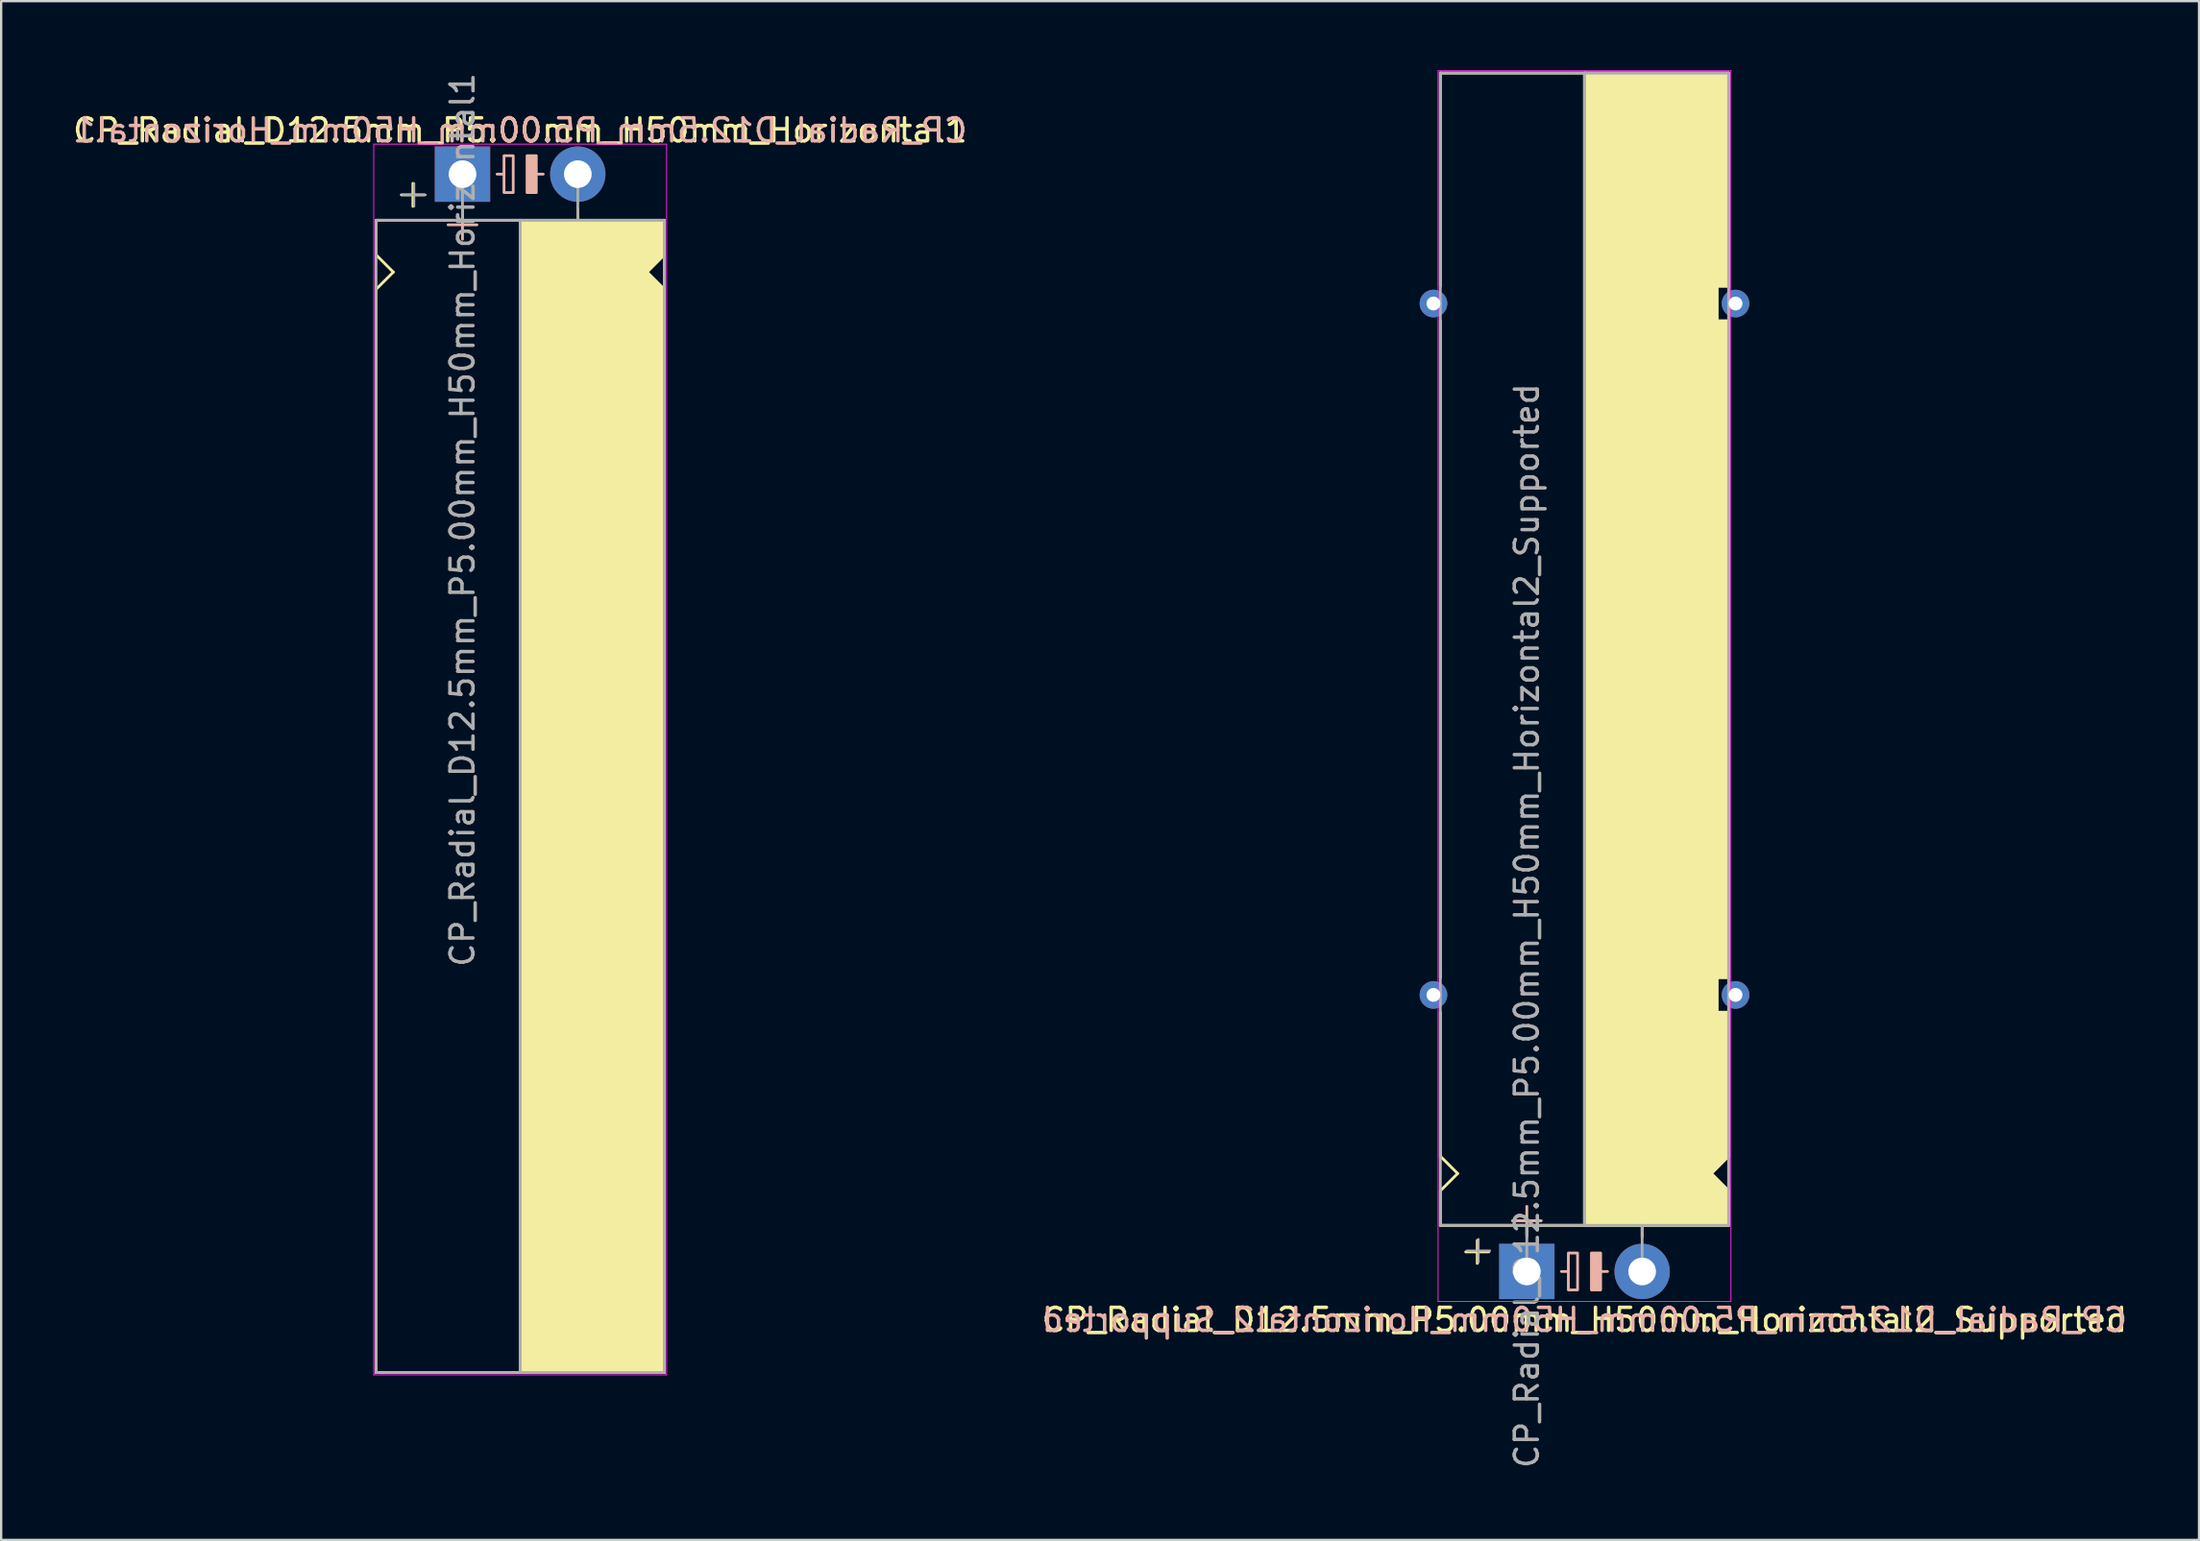
<source format=kicad_pcb>
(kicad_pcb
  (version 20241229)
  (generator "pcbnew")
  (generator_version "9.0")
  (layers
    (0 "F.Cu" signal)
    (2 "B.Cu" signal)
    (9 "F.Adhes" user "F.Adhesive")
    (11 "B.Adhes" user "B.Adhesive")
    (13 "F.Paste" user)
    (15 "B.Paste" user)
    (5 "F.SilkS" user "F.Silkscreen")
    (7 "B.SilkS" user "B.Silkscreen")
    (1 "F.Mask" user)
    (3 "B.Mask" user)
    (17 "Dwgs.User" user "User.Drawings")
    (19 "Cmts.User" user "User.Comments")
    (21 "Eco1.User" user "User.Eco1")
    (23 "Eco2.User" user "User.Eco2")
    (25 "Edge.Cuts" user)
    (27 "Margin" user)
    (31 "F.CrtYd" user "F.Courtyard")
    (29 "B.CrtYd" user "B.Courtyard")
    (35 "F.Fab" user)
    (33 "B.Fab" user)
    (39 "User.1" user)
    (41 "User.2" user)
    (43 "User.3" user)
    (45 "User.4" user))
  (footprint "CP_Radial_D12.5mm_P5.00mm_H50mm_Horizontal1"
    (layer "F.Cu")
    (at 17.006 4.506)
    (property "Reference" "CP_Radial_D12.5mm_P5.00mm_H50mm_Horizontal1" (at 2.5 -1.9 180) (layer "F.SilkS") (effects (font (size 1 1) (thickness 0.15))))
    (fp_line (start -3.75 2) (end -3.75 3.5) (stroke (width 0.12) (type solid)) (layer "F.SilkS"))
    (fp_line (start -3.75 3.5) (end -3 4.25) (stroke (width 0.12) (type solid)) (layer "F.SilkS"))
    (fp_line (start -3.75 5) (end -3.75 52) (stroke (width 0.12) (type solid)) (layer "F.SilkS"))
    (fp_line (start -3 4.25) (end -3.75 5) (stroke (width 0.12) (type solid)) (layer "F.SilkS"))
    (fp_line (start -2.15 0.4) (end -2.15 1.4) (stroke (width 0.12) (type solid)) (layer "F.SilkS"))
    (fp_line (start -1.65 0.9) (end -2.65 0.9) (stroke (width 0.12) (type solid)) (layer "F.SilkS"))
    (fp_line (start 0 1.5) (end 0 2) (stroke (width 0.12) (type solid)) (layer "F.SilkS"))
    (fp_line (start 2.5 2) (end -3.75 2) (stroke (width 0.12) (type solid)) (layer "F.SilkS"))
    (fp_line (start 2.5 2) (end 2.5 52) (stroke (width 0.12) (type solid)) (layer "F.SilkS"))
    (fp_line (start 2.5 2) (end 8.75 2) (stroke (width 0.12) (type solid)) (layer "F.SilkS"))
    (fp_line (start 5 1.5) (end 5 2) (stroke (width 0.12) (type solid)) (layer "F.SilkS"))
    (fp_line (start 8 4.25) (end 8.75 5) (stroke (width 0.12) (type solid)) (layer "F.SilkS"))
    (fp_line (start 8.75 2) (end 8.75 3.5) (stroke (width 0.12) (type solid)) (layer "F.SilkS"))
    (fp_line (start 8.75 3.5) (end 8 4.25) (stroke (width 0.12) (type solid)) (layer "F.SilkS"))
    (fp_line (start 8.75 5) (end 8.75 52) (stroke (width 0.12) (type solid)) (layer "F.SilkS"))
    (fp_line (start 8.75 52) (end -3.75 52) (stroke (width 0.12) (type solid)) (layer "F.SilkS"))
    (fp_poly (pts (xy 8.75 3.5) (xy 8 4.25) (xy 8.75 5) (xy 8.75 52) (xy 2.5 52) (xy 2.5 2) (xy 8.75 2)) (stroke (width 0.1) (type solid)) (fill yes) (layer "F.SilkS"))
    (fp_line (start 0 1.575) (end 0 2.825) (stroke (width 0.12) (type solid)) (layer "B.SilkS"))
    (fp_line (start 0.625 2.2) (end -0.625 2.2) (stroke (width 0.12) (type solid)) (layer "B.SilkS"))
    (fp_line (start 1.8 0) (end 1.5 0) (stroke (width 0.12) (type solid)) (layer "B.SilkS"))
    (fp_line (start 3.5 0) (end 3.2 0) (stroke (width 0.12) (type solid)) (layer "B.SilkS"))
    (fp_rect (start 2.2 -0.8) (end 1.8 0.8) (stroke (width 0.12) (type solid)) (fill no) (layer "B.SilkS"))
    (fp_rect (start 3.2 -0.8) (end 2.8 0.8) (stroke (width 0.12) (type solid)) (fill yes) (layer "B.SilkS"))
    (fp_line (start -3.85 -1.3) (end 8.85 -1.3) (stroke (width 0.04) (type solid)) (layer "F.CrtYd"))
    (fp_line (start -3.85 52.1) (end -3.85 -1.3) (stroke (width 0.04) (type solid)) (layer "F.CrtYd"))
    (fp_line (start 8.85 -1.3) (end 8.85 52.1) (stroke (width 0.04) (type solid)) (layer "F.CrtYd"))
    (fp_line (start 8.85 52.1) (end -3.85 52.1) (stroke (width 0.04) (type solid)) (layer "F.CrtYd"))
    (fp_line (start -3.75 2) (end -3.75 52) (stroke (width 0.12) (type solid)) (layer "F.Fab"))
    (fp_line (start -3.75 52) (end 8.75 52) (stroke (width 0.12) (type solid)) (layer "F.Fab"))
    (fp_line (start -2.6 0.9) (end -1.6 0.9) (stroke (width 0.1) (type solid)) (layer "F.Fab"))
    (fp_line (start -2.1 1.4) (end -2.1 0.4) (stroke (width 0.1) (type solid)) (layer "F.Fab"))
    (fp_line (start 0 0) (end 0 2) (stroke (width 0.12) (type solid)) (layer "F.Fab"))
    (fp_line (start 0 2) (end -3.75 2) (stroke (width 0.12) (type solid)) (layer "F.Fab"))
    (fp_line (start 2.5 2) (end 2.5 52) (stroke (width 0.12) (type solid)) (layer "F.Fab"))
    (fp_line (start 5 2) (end 5 0) (stroke (width 0.12) (type solid)) (layer "F.Fab"))
    (fp_line (start 8.75 2) (end 0 2) (stroke (width 0.12) (type solid)) (layer "F.Fab"))
    (fp_line (start 8.75 52) (end 8.75 2) (stroke (width 0.12) (type solid)) (layer "F.Fab"))
    (fp_poly (pts (xy 8.75 52) (xy 2.5 52) (xy 2.5 2) (xy 8.75 2)) (stroke (width 0.1) (type solid)) (fill no) (layer "F.Fab"))
    (fp_text user "${REFERENCE}" (at 2.5 -1.9 0) (layer "B.SilkS") (effects (font (size 1 1) (thickness 0.15)) (justify mirror)))
    (fp_text user "${REFERENCE}" (at 0 15 90) (layer "F.Fab") (effects (font (size 1 1) (thickness 0.15))))
    (pad "1" thru_hole rect (at 0 0) (size 2.4 2.4) (drill 1.2) (layers "*.Cu" "*.Mask"))
    (pad "2" thru_hole circle (at 5 0) (size 2.4 2.4) (drill 1.2) (layers "*.Cu" "*.Mask")))
  (footprint "CP_Radial_D12.5mm_P5.00mm_H50mm_Horizontal2_Supported"
    (layer "F.Cu")
    (at 63.161 52.12)
    (property "Reference" "CP_Radial_D12.5mm_P5.00mm_H50mm_Horizontal2_Supported" (at 2.5 2.1 180) (layer "F.SilkS") (effects (font (size 1 1) (thickness 0.15))))
    (fp_line (start -3.75 -52) (end -3.75 -42.75) (stroke (width 0.12) (type solid)) (layer "F.SilkS"))
    (fp_line (start -3.75 -12.75) (end -3.75 -41.25) (stroke (width 0.12) (type solid)) (layer "F.SilkS"))
    (fp_line (start -3.75 -5) (end -3.75 -11.25) (stroke (width 0.12) (type solid)) (layer "F.SilkS"))
    (fp_line (start -3.75 -3.5) (end -3 -4.25) (stroke (width 0.12) (type solid)) (layer "F.SilkS"))
    (fp_line (start -3.75 -2) (end -3.75 -3.5) (stroke (width 0.12) (type solid)) (layer "F.SilkS"))
    (fp_line (start -3 -4.25) (end -3.75 -5) (stroke (width 0.12) (type solid)) (layer "F.SilkS"))
    (fp_line (start -2.15 -1.35) (end -2.15 -0.35) (stroke (width 0.12) (type solid)) (layer "F.SilkS"))
    (fp_line (start -1.65 -0.85) (end -2.65 -0.85) (stroke (width 0.12) (type solid)) (layer "F.SilkS"))
    (fp_line (start 0 -1.5) (end 0 -2) (stroke (width 0.12) (type solid)) (layer "F.SilkS"))
    (fp_line (start 2.5 -2) (end -3.75 -2) (stroke (width 0.12) (type solid)) (layer "F.SilkS"))
    (fp_line (start 2.5 -2) (end 2.5 -52) (stroke (width 0.12) (type solid)) (layer "F.SilkS"))
    (fp_line (start 2.5 -2) (end 8.75 -2) (stroke (width 0.12) (type solid)) (layer "F.SilkS"))
    (fp_line (start 5 -1.5) (end 5 -2) (stroke (width 0.12) (type solid)) (layer "F.SilkS"))
    (fp_line (start 8 -4.25) (end 8.75 -5) (stroke (width 0.12) (type solid)) (layer "F.SilkS"))
    (fp_line (start 8.25 -42.75) (end 8.25 -41.25) (stroke (width 0.12) (type solid)) (layer "F.SilkS"))
    (fp_line (start 8.25 -41.25) (end 8.75 -41.25) (stroke (width 0.12) (type solid)) (layer "F.SilkS"))
    (fp_line (start 8.25 -12.75) (end 8.25 -11.25) (stroke (width 0.12) (type solid)) (layer "F.SilkS"))
    (fp_line (start 8.25 -11.25) (end 8.75 -11.25) (stroke (width 0.12) (type solid)) (layer "F.SilkS"))
    (fp_line (start 8.75 -52) (end -3.75 -52) (stroke (width 0.12) (type solid)) (layer "F.SilkS"))
    (fp_line (start 8.75 -52) (end 8.75 -42.75) (stroke (width 0.12) (type solid)) (layer "F.SilkS"))
    (fp_line (start 8.75 -42.75) (end 8.25 -42.75) (stroke (width 0.12) (type solid)) (layer "F.SilkS"))
    (fp_line (start 8.75 -12.75) (end 8.25 -12.75) (stroke (width 0.12) (type solid)) (layer "F.SilkS"))
    (fp_line (start 8.75 -12.75) (end 8.75 -41.25) (stroke (width 0.12) (type solid)) (layer "F.SilkS"))
    (fp_line (start 8.75 -5) (end 8.75 -11.25) (stroke (width 0.12) (type solid)) (layer "F.SilkS"))
    (fp_line (start 8.75 -3.5) (end 8 -4.25) (stroke (width 0.12) (type solid)) (layer "F.SilkS"))
    (fp_line (start 8.75 -2) (end 8.75 -3.5) (stroke (width 0.12) (type solid)) (layer "F.SilkS"))
    (fp_poly (pts (xy 8.75 -3.5) (xy 8 -4.25) (xy 8.75 -5) (xy 8.75 -11.25) (xy 8.25 -11.25) (xy 8.25 -12.75) (xy 8.75 -12.75) (xy 8.75 -41.25) (xy 8.25 -41.25) (xy 8.25 -42.75) (xy 8.75 -42.75) (xy 8.75 -52) (xy 2.5 -52) (xy 2.5 -2) (xy 8.75 -2)) (stroke (width 0.1) (type solid)) (fill yes) (layer "F.SilkS"))
    (fp_line (start 0 -2.825) (end 0 -1.575) (stroke (width 0.12) (type solid)) (layer "B.SilkS"))
    (fp_line (start 0.625 -2.2) (end -0.625 -2.2) (stroke (width 0.12) (type solid)) (layer "B.SilkS"))
    (fp_line (start 1.8 0) (end 1.5 0) (stroke (width 0.12) (type solid)) (layer "B.SilkS"))
    (fp_line (start 3.5 0) (end 3.2 0) (stroke (width 0.12) (type solid)) (layer "B.SilkS"))
    (fp_rect (start 2.2 -0.8) (end 1.8 0.8) (stroke (width 0.12) (type solid)) (fill no) (layer "B.SilkS"))
    (fp_rect (start 3.2 -0.8) (end 2.8 0.8) (stroke (width 0.12) (type solid)) (fill yes) (layer "B.SilkS"))
    (fp_line (start -3.85 -52.1) (end -3.85 1.3) (stroke (width 0.04) (type solid)) (layer "F.CrtYd"))
    (fp_line (start 8.85 -52.1) (end -3.85 -52.1) (stroke (width 0.04) (type solid)) (layer "F.CrtYd"))
    (fp_line (start 8.85 1.3) (end -3.85 1.3) (stroke (width 0.04) (type solid)) (layer "F.CrtYd"))
    (fp_line (start 8.85 1.3) (end 8.85 -52.1) (stroke (width 0.04) (type solid)) (layer "F.CrtYd"))
    (fp_line (start -3.75 -52) (end 8.75 -52) (stroke (width 0.12) (type solid)) (layer "F.Fab"))
    (fp_line (start -3.75 -2) (end -3.75 -52) (stroke (width 0.12) (type solid)) (layer "F.Fab"))
    (fp_line (start -2.6 -0.9) (end -1.6 -0.9) (stroke (width 0.1) (type solid)) (layer "F.Fab"))
    (fp_line (start -2.1 -0.4) (end -2.1 -1.4) (stroke (width 0.1) (type solid)) (layer "F.Fab"))
    (fp_line (start 0 -2) (end -3.75 -2) (stroke (width 0.12) (type solid)) (layer "F.Fab"))
    (fp_line (start 0 0) (end 0 -2) (stroke (width 0.12) (type solid)) (layer "F.Fab"))
    (fp_line (start 2.5 -2) (end 2.5 -52) (stroke (width 0.12) (type solid)) (layer "F.Fab"))
    (fp_line (start 5 -2) (end 5 0) (stroke (width 0.12) (type solid)) (layer "F.Fab"))
    (fp_line (start 8.75 -52) (end 8.75 -2) (stroke (width 0.12) (type solid)) (layer "F.Fab"))
    (fp_line (start 8.75 -2) (end 0 -2) (stroke (width 0.12) (type solid)) (layer "F.Fab"))
    (fp_poly (pts (xy 8.75 -52) (xy 2.5 -52) (xy 2.5 -2) (xy 8.75 -2)) (stroke (width 0.1) (type solid)) (fill no) (layer "F.Fab"))
    (fp_text user "${REFERENCE}" (at 2.5 2.1 0) (layer "B.SilkS") (effects (font (size 1 1) (thickness 0.15)) (justify mirror)))
    (fp_text user "${REFERENCE}" (at 0 -15 90) (layer "F.Fab") (effects (font (size 1 1) (thickness 0.15))))
    (pad "1" thru_hole rect (at 0 0) (size 2.4 2.4) (drill 1.2) (layers "*.Cu" "*.Mask"))
    (pad "2" thru_hole circle (at 5 0) (size 2.4 2.4) (drill 1.2) (layers "*.Cu" "*.Mask"))
    (pad "~" thru_hole circle (at -4.05 -42 180) (size 1.2 1.2) (drill 0.6) (layers "*.Cu" "*.Mask"))
    (pad "~" thru_hole circle (at -4.05 -12 180) (size 1.2 1.2) (drill 0.6) (layers "*.Cu" "*.Mask"))
    (pad "~" thru_hole circle (at 9.05 -42 180) (size 1.2 1.2) (drill 0.6) (layers "*.Cu" "*.Mask"))
    (pad "~" thru_hole circle (at 9.05 -12 180) (size 1.2 1.2) (drill 0.6) (layers "*.Cu" "*.Mask")))
  (gr_rect
    (start -3 -3)
    (end 92.31 63.769)
    (stroke (width 0.1) (type default))
    (fill no)
    (layer "Edge.Cuts")))
</source>
